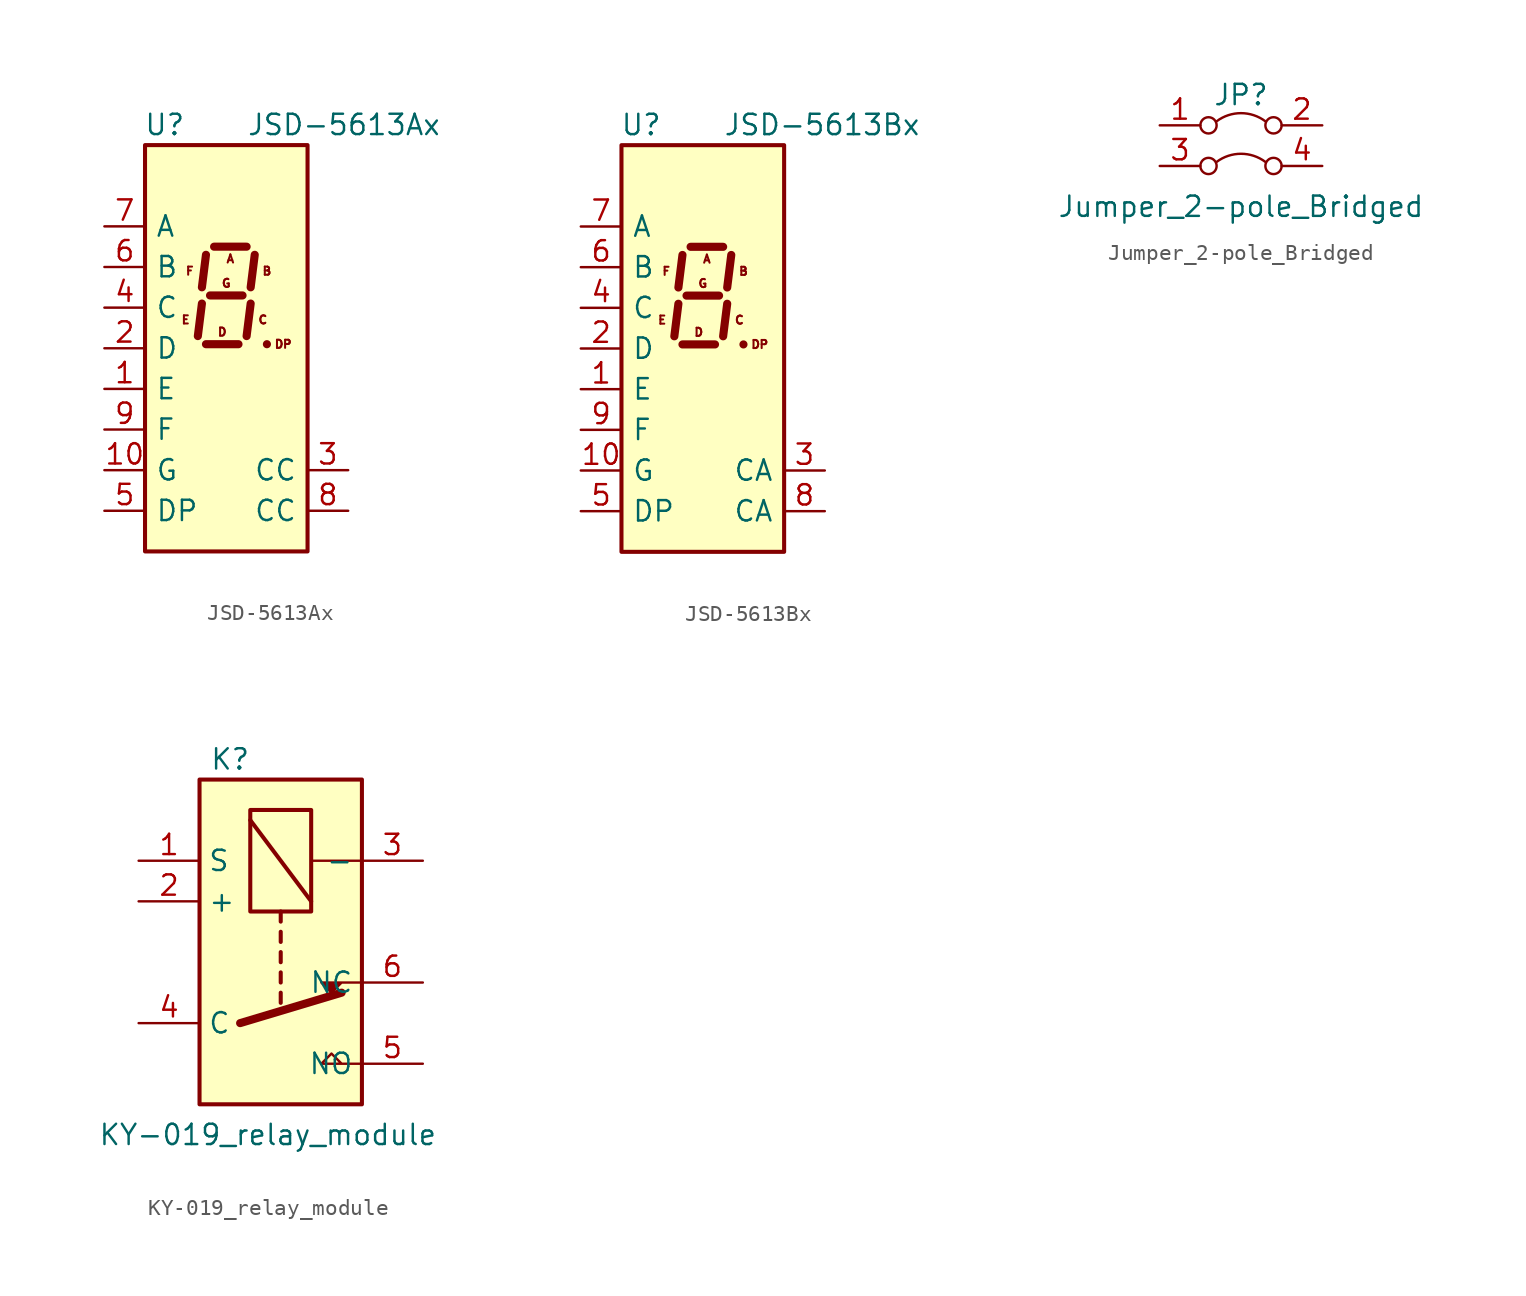
<source format=kicad_sym>
(kicad_symbol_lib
  (version 20231120)
  (generator "kicad_symbol_editor")
  (generator_version "8.0")
  (symbol "JSD-5613Ax"
    (pin_names
      (offset 0.635))
    (property "Reference" "U"
      (at -2.54 13.97 0)
      (effects (font (size 1.27 1.27)) (justify right)))
    (property "Value" "JSD-5613Ax"
      (at 1.27 13.97 0)
      (effects (font (size 1.27 1.27)) (justify left)))
    (symbol "JSD-5613Ax_0_0"
      (text "A" (at 0.254 5.588 0) (effects (font (size 0.508 0.508))))
      (text "B" (at 2.54 4.826 0) (effects (font (size 0.508 0.508))))
      (text "C" (at 2.286 1.778 0) (effects (font (size 0.508 0.508))))
      (text "D" (at -0.254 1.016 0) (effects (font (size 0.508 0.508))))
      (text "DP" (at 3.556 0.254 0) (effects (font (size 0.508 0.508))))
      (text "E" (at -2.54 1.778 0) (effects (font (size 0.508 0.508))))
      (text "F" (at -2.286 4.826 0) (effects (font (size 0.508 0.508))))
      (text "G" (at 0 4.064 0) (effects (font (size 0.508 0.508)))))
    (symbol "JSD-5613Ax_0_1"
      (rectangle (start -5.08 12.7) (end 5.08 -12.7) (stroke (width 0.254) (type default)) (fill (type background)))
      (polyline (pts (xy -1.524 2.794) (xy -1.778 0.762)) (stroke (width 0.508) (type default)) (fill (type none)))
      (polyline (pts (xy -1.27 0.254) (xy 0.762 0.254)) (stroke (width 0.508) (type default)) (fill (type none)))
      (polyline (pts (xy -1.27 5.842) (xy -1.524 3.81)) (stroke (width 0.508) (type default)) (fill (type none)))
      (polyline (pts (xy -1.016 3.302) (xy 1.016 3.302)) (stroke (width 0.508) (type default)) (fill (type none)))
      (polyline (pts (xy -0.762 6.35) (xy 1.27 6.35)) (stroke (width 0.508) (type default)) (fill (type none)))
      (polyline (pts (xy 1.524 2.794) (xy 1.27 0.762)) (stroke (width 0.508) (type default)) (fill (type none)))
      (polyline (pts (xy 1.778 5.842) (xy 1.524 3.81)) (stroke (width 0.508) (type default)) (fill (type none)))
      (polyline (pts (xy 2.54 0.254) (xy 2.54 0.254)) (stroke (width 0.508) (type default)) (fill (type none))))
    (symbol "JSD-5613Ax_1_1"
      (pin input line (at -7.62 -2.54 0) (length 2.54) (name "E" (effects (font (size 1.27 1.27)))) (number "1" (effects (font (size 1.27 1.27)))))
      (pin input line (at -7.62 -7.62 0) (length 2.54) (name "G" (effects (font (size 1.27 1.27)))) (number "10" (effects (font (size 1.27 1.27)))))
      (pin input line (at -7.62 0 0) (length 2.54) (name "D" (effects (font (size 1.27 1.27)))) (number "2" (effects (font (size 1.27 1.27)))))
      (pin input line (at 7.62 -7.62 180) (length 2.54) (name "CC" (effects (font (size 1.27 1.27)))) (number "3" (effects (font (size 1.27 1.27)))))
      (pin input line (at -7.62 2.54 0) (length 2.54) (name "C" (effects (font (size 1.27 1.27)))) (number "4" (effects (font (size 1.27 1.27)))))
      (pin input line (at -7.62 -10.16 0) (length 2.54) (name "DP" (effects (font (size 1.27 1.27)))) (number "5" (effects (font (size 1.27 1.27)))))
      (pin input line (at -7.62 5.08 0) (length 2.54) (name "B" (effects (font (size 1.27 1.27)))) (number "6" (effects (font (size 1.27 1.27)))))
      (pin input line (at -7.62 7.62 0) (length 2.54) (name "A" (effects (font (size 1.27 1.27)))) (number "7" (effects (font (size 1.27 1.27)))))
      (pin input line (at 7.62 -10.16 180) (length 2.54) (name "CC" (effects (font (size 1.27 1.27)))) (number "8" (effects (font (size 1.27 1.27)))))
      (pin input line (at -7.62 -5.08 0) (length 2.54) (name "F" (effects (font (size 1.27 1.27)))) (number "9" (effects (font (size 1.27 1.27)))))))
  (symbol "JSD-5613Bx"
    (pin_names
      (offset 0.635))
    (property "Reference" "U"
      (at -2.54 13.97 0)
      (effects (font (size 1.27 1.27)) (justify right)))
    (property "Value" "JSD-5613Bx"
      (at 1.27 13.97 0)
      (effects (font (size 1.27 1.27)) (justify left)))
    (symbol "JSD-5613Bx_0_0"
      (text "A" (at 0.254 5.588 0) (effects (font (size 0.508 0.508))))
      (text "B" (at 2.54 4.826 0) (effects (font (size 0.508 0.508))))
      (text "C" (at 2.286 1.778 0) (effects (font (size 0.508 0.508))))
      (text "D" (at -0.254 1.016 0) (effects (font (size 0.508 0.508))))
      (text "DP" (at 3.556 0.254 0) (effects (font (size 0.508 0.508))))
      (text "E" (at -2.54 1.778 0) (effects (font (size 0.508 0.508))))
      (text "F" (at -2.286 4.826 0) (effects (font (size 0.508 0.508))))
      (text "G" (at 0 4.064 0) (effects (font (size 0.508 0.508)))))
    (symbol "JSD-5613Bx_0_1"
      (rectangle (start -5.08 12.7) (end 5.08 -12.7) (stroke (width 0.254) (type default)) (fill (type background)))
      (polyline (pts (xy -1.524 2.794) (xy -1.778 0.762)) (stroke (width 0.508) (type default)) (fill (type none)))
      (polyline (pts (xy -1.27 0.254) (xy 0.762 0.254)) (stroke (width 0.508) (type default)) (fill (type none)))
      (polyline (pts (xy -1.27 5.842) (xy -1.524 3.81)) (stroke (width 0.508) (type default)) (fill (type none)))
      (polyline (pts (xy -1.016 3.302) (xy 1.016 3.302)) (stroke (width 0.508) (type default)) (fill (type none)))
      (polyline (pts (xy -0.762 6.35) (xy 1.27 6.35)) (stroke (width 0.508) (type default)) (fill (type none)))
      (polyline (pts (xy 1.524 2.794) (xy 1.27 0.762)) (stroke (width 0.508) (type default)) (fill (type none)))
      (polyline (pts (xy 1.778 5.842) (xy 1.524 3.81)) (stroke (width 0.508) (type default)) (fill (type none)))
      (polyline (pts (xy 2.54 0.254) (xy 2.54 0.254)) (stroke (width 0.508) (type default)) (fill (type none))))
    (symbol "JSD-5613Bx_1_1"
      (pin input line (at -7.62 -2.54 0) (length 2.54) (name "E" (effects (font (size 1.27 1.27)))) (number "1" (effects (font (size 1.27 1.27)))))
      (pin input line (at -7.62 -7.62 0) (length 2.54) (name "G" (effects (font (size 1.27 1.27)))) (number "10" (effects (font (size 1.27 1.27)))))
      (pin input line (at -7.62 0 0) (length 2.54) (name "D" (effects (font (size 1.27 1.27)))) (number "2" (effects (font (size 1.27 1.27)))))
      (pin input line (at 7.62 -7.62 180) (length 2.54) (name "CA" (effects (font (size 1.27 1.27)))) (number "3" (effects (font (size 1.27 1.27)))))
      (pin input line (at -7.62 2.54 0) (length 2.54) (name "C" (effects (font (size 1.27 1.27)))) (number "4" (effects (font (size 1.27 1.27)))))
      (pin input line (at -7.62 -10.16 0) (length 2.54) (name "DP" (effects (font (size 1.27 1.27)))) (number "5" (effects (font (size 1.27 1.27)))))
      (pin input line (at -7.62 5.08 0) (length 2.54) (name "B" (effects (font (size 1.27 1.27)))) (number "6" (effects (font (size 1.27 1.27)))))
      (pin input line (at -7.62 7.62 0) (length 2.54) (name "A" (effects (font (size 1.27 1.27)))) (number "7" (effects (font (size 1.27 1.27)))))
      (pin input line (at 7.62 -10.16 180) (length 2.54) (name "CA" (effects (font (size 1.27 1.27)))) (number "8" (effects (font (size 1.27 1.27)))))
      (pin input line (at -7.62 -5.08 0) (length 2.54) (name "F" (effects (font (size 1.27 1.27)))) (number "9" (effects (font (size 1.27 1.27)))))))
  (symbol "Jumper_2-pole_Bridged"
    (pin_names
      (offset 0) hide)
    (property "Reference" "JP"
      (at 0 1.905 0)
      (effects (font (size 1.27 1.27))))
    (property "Value" "Jumper_2-pole_Bridged"
      (at 0 -5.08 0)
      (effects (font (size 1.27 1.27))))
    (symbol "Jumper_2-pole_Bridged_0_0"
      (circle (center -2.032 -2.54) (radius 0.508) (stroke (width 0) (type default)) (fill (type none)))
      (circle (center -2.032 0) (radius 0.508) (stroke (width 0) (type default)) (fill (type none)))
      (circle (center 2.032 -2.54) (radius 0.508) (stroke (width 0) (type default)) (fill (type none)))
      (circle (center 2.032 0) (radius 0.508) (stroke (width 0) (type default)) (fill (type none))))
    (symbol "Jumper_2-pole_Bridged_0_1"
      (arc (start 1.524 -2.286) (mid 0 -1.778) (end -1.524 -2.286) (stroke (width 0) (type default)) (fill (type none)))
      (arc (start 1.524 0.254) (mid 0 0.762) (end -1.524 0.254) (stroke (width 0) (type default)) (fill (type none))))
    (symbol "Jumper_2-pole_Bridged_1_1"
      (pin passive line (at -5.08 0 0) (length 2.54) (name "A" (effects (font (size 1.27 1.27)))) (number "1" (effects (font (size 1.27 1.27)))))
      (pin passive line (at 5.08 0 180) (length 2.54) (name "B" (effects (font (size 1.27 1.27)))) (number "2" (effects (font (size 1.27 1.27)))))
      (pin passive line (at -5.08 -2.54 0) (length 2.54) (name "C" (effects (font (size 1.27 1.27)))) (number "3" (effects (font (size 1.27 1.27)))))
      (pin passive line (at 5.08 -2.54 180) (length 2.54) (name "D" (effects (font (size 1.27 1.27)))) (number "4" (effects (font (size 1.27 1.27)))))))
  (symbol "KY-019_relay_module"
    (property "Reference" "K"
      (at 4.445 6.35 0)
      (effects (font (size 1.27 1.27)) (justify left)))
    (property "Value" "KY-019_relay_module"
      (at -2.54 -17.145 0)
      (effects (font (size 1.27 1.27)) (justify left)))
    (symbol "KY-019_relay_module_0_0"
      (polyline (pts (xy 13.97 -12.7) (xy 11.43 -12.7) (xy 12.065 -12.065) (xy 12.7 -12.7)) (stroke (width 0) (type default)) (fill (type none))))
    (symbol "KY-019_relay_module_0_1"
      (polyline (pts (xy 6.35 -10.16) (xy 12.7 -8.255)) (stroke (width 0.508) (type default)) (fill (type none)))
      (polyline (pts (xy 6.985 2.54) (xy 10.795 -2.54)) (stroke (width 0.254) (type default)) (fill (type none)))
      (polyline (pts (xy 8.89 -8.255) (xy 8.89 -8.89)) (stroke (width 0.254) (type default)) (fill (type none)))
      (polyline (pts (xy 8.89 -6.985) (xy 8.89 -7.62)) (stroke (width 0.254) (type default)) (fill (type none)))
      (polyline (pts (xy 8.89 -5.715) (xy 8.89 -6.35)) (stroke (width 0.254) (type default)) (fill (type none)))
      (polyline (pts (xy 8.89 -4.445) (xy 8.89 -5.08)) (stroke (width 0.254) (type default)) (fill (type none)))
      (polyline (pts (xy 8.89 -3.175) (xy 8.89 -3.81)) (stroke (width 0.254) (type default)) (fill (type none)))
      (polyline (pts (xy 13.97 0) (xy 10.795 0)) (stroke (width 0) (type default)) (fill (type none)))
      (polyline (pts (xy 13.97 -7.62) (xy 11.43 -7.62) (xy 12.065 -8.255) (xy 12.7 -7.62)) (stroke (width 0) (type default)) (fill (type outline)))
      (rectangle (start 10.795 3.175) (end 6.985 -3.175) (stroke (width 0.254) (type default)) (fill (type none)))
      (rectangle (start 13.97 5.08) (end 3.81 -15.24) (stroke (width 0.254) (type default)) (fill (type background))))
    (symbol "KY-019_relay_module_1_1"
      (pin input line (at 0 0 0) (length 3.81) (name "S" (effects (font (size 1.27 1.27)))) (number "1" (effects (font (size 1.27 1.27)))))
      (pin power_in line (at 0 -2.54 0) (length 3.81) (name "+" (effects (font (size 1.27 1.27)))) (number "2" (effects (font (size 1.27 1.27)))))
      (pin power_in line (at 17.78 0 180) (length 3.81) (name "-" (effects (font (size 1.27 1.27)))) (number "3" (effects (font (size 1.27 1.27)))))
      (pin passive line (at 0 -10.16 0) (length 3.81) (name "C" (effects (font (size 1.27 1.27)))) (number "4" (effects (font (size 1.27 1.27)))))
      (pin passive line (at 17.78 -12.7 180) (length 3.81) (name "NO" (effects (font (size 1.27 1.27)))) (number "5" (effects (font (size 1.27 1.27)))))
      (pin passive line (at 17.78 -7.62 180) (length 3.81) (name "NC" (effects (font (size 1.27 1.27)))) (number "6" (effects (font (size 1.27 1.27))))))))
</source>
